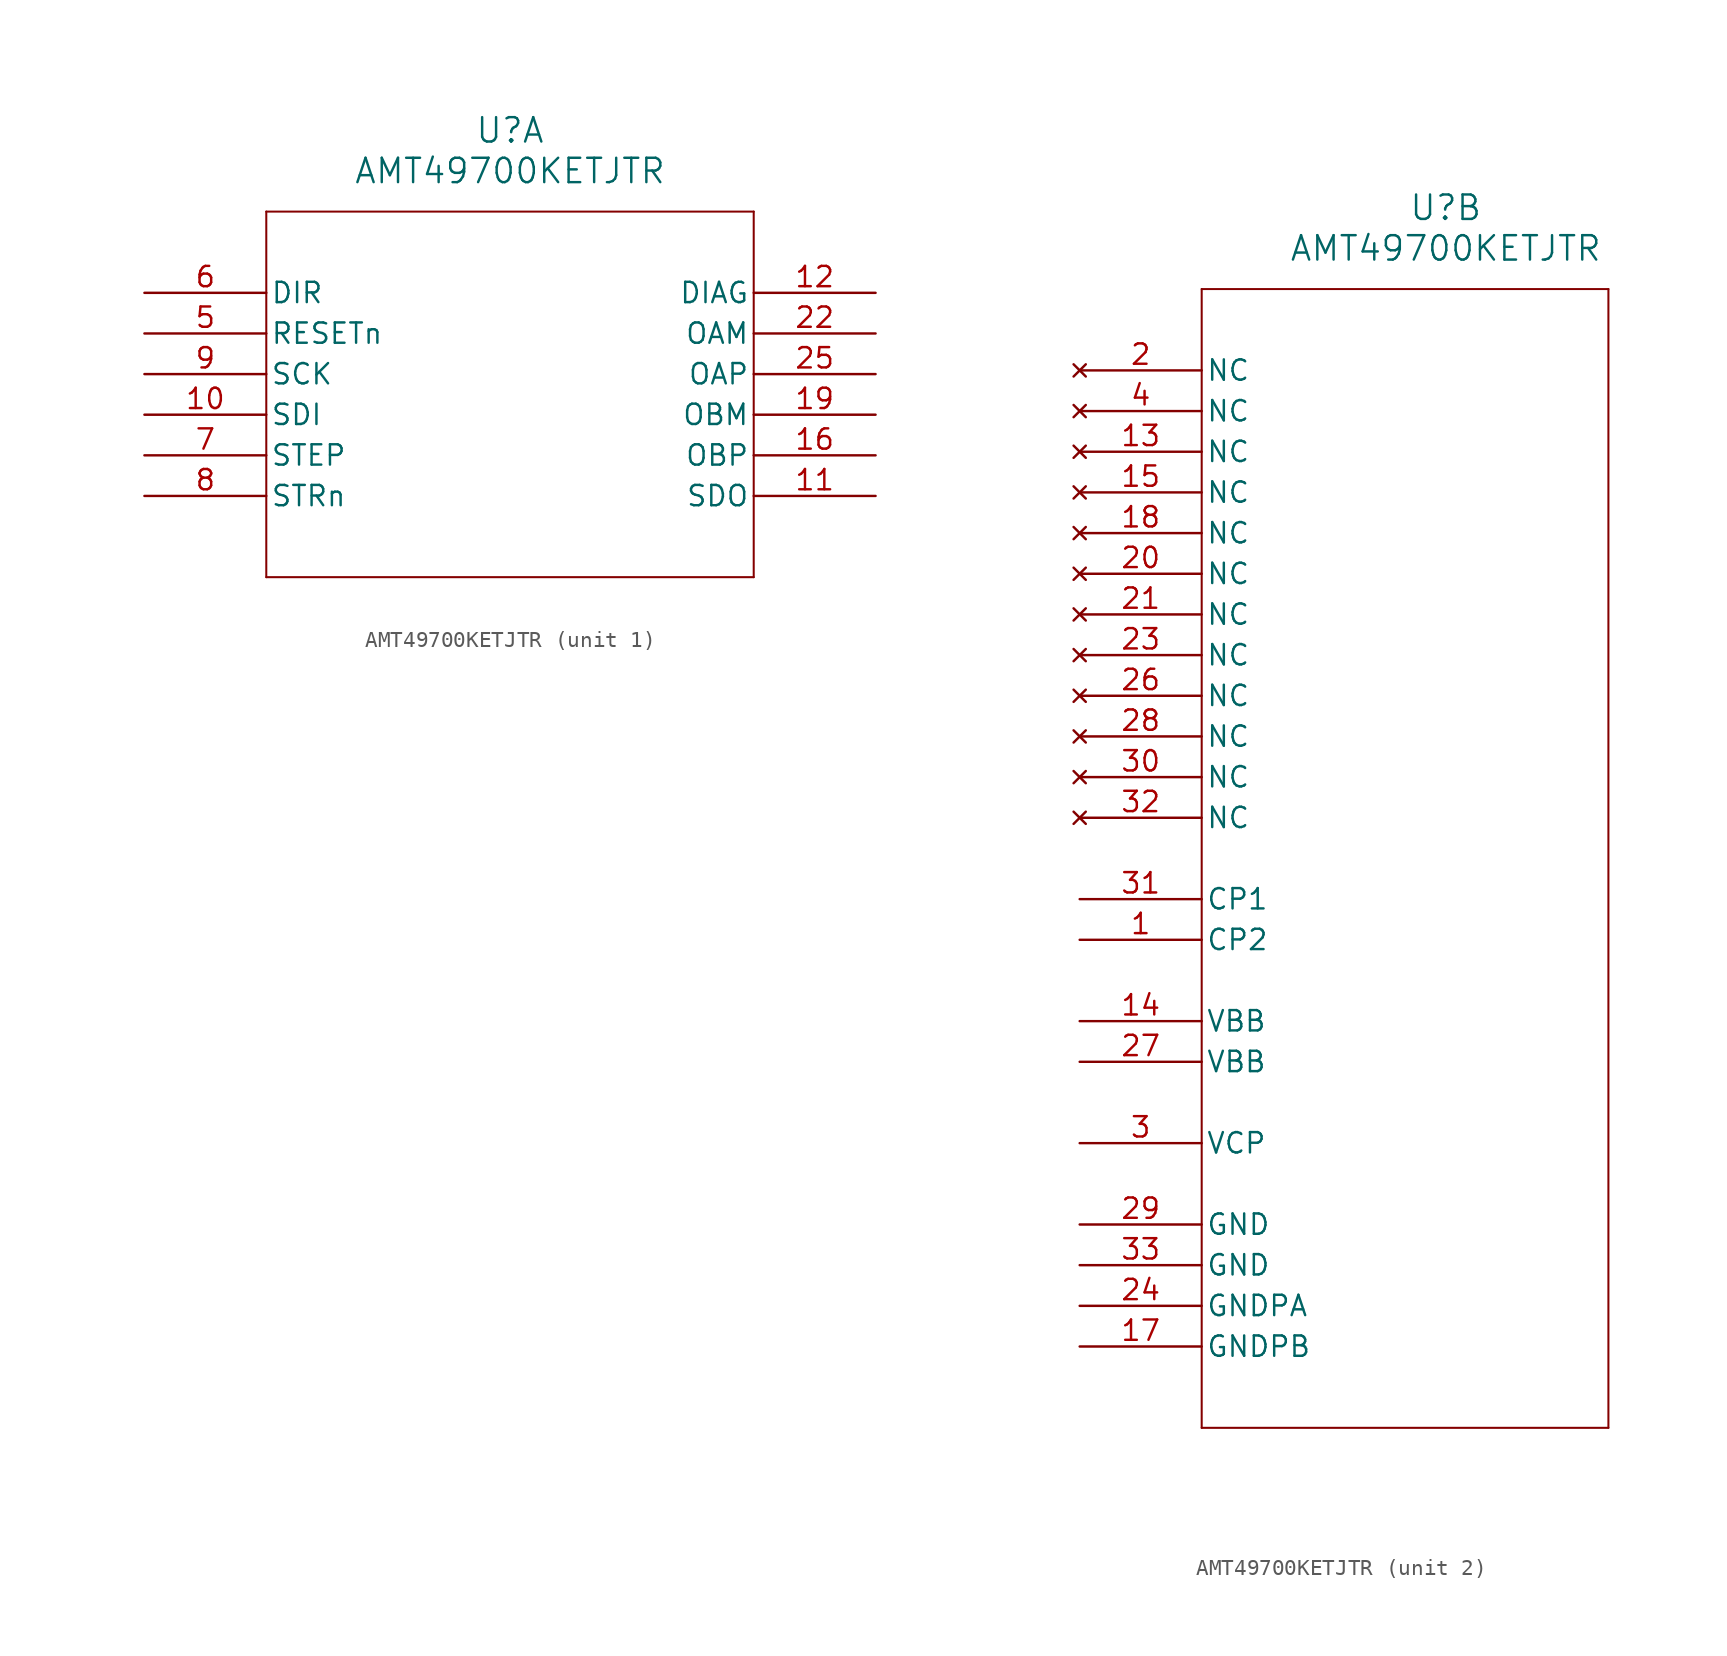
<source format=kicad_sym>
(kicad_symbol_lib
  (version 20211014)
  (generator kicad_symbol_editor)
  (symbol "AMT49700KETJTR"
    (pin_names
      (offset 0.254))
    (property "Reference" "U"
      (at 22.86 10.16 0)
      (effects (font (size 1.524 1.524))))
    (property "Value" "AMT49700KETJTR"
      (at 22.86 7.62 0)
      (effects (font (size 1.524 1.524))))
    (symbol "AMT49700KETJTR_1_1"
      (polyline (pts (xy 7.62 5.08) (xy 7.62 -17.78)) (stroke (width 0.127) (type default) (color 0 0 0 0)) (fill (type none)))
      (polyline (pts (xy 7.62 -17.78) (xy 38.1 -17.78)) (stroke (width 0.127) (type default) (color 0 0 0 0)) (fill (type none)))
      (polyline (pts (xy 38.1 -17.78) (xy 38.1 5.08)) (stroke (width 0.127) (type default) (color 0 0 0 0)) (fill (type none)))
      (polyline (pts (xy 38.1 5.08) (xy 7.62 5.08)) (stroke (width 0.127) (type default) (color 0 0 0 0)) (fill (type none)))
      (pin input line (at 0 -2.54 0) (length 7.62) (name "RESETn" (effects (font (size 1.27 1.27)))) (number "5" (effects (font (size 1.27 1.27)))))
      (pin input line (at 0 0 0) (length 7.62) (name "DIR" (effects (font (size 1.27 1.27)))) (number "6" (effects (font (size 1.27 1.27)))))
      (pin input line (at 0 -10.16 0) (length 7.62) (name "STEP" (effects (font (size 1.27 1.27)))) (number "7" (effects (font (size 1.27 1.27)))))
      (pin input line (at 0 -12.7 0) (length 7.62) (name "STRn" (effects (font (size 1.27 1.27)))) (number "8" (effects (font (size 1.27 1.27)))))
      (pin input line (at 0 -5.08 0) (length 7.62) (name "SCK" (effects (font (size 1.27 1.27)))) (number "9" (effects (font (size 1.27 1.27)))))
      (pin input line (at 0 -7.62 0) (length 7.62) (name "SDI" (effects (font (size 1.27 1.27)))) (number "10" (effects (font (size 1.27 1.27)))))
      (pin output line (at 45.72 -12.7 180) (length 7.62) (name "SDO" (effects (font (size 1.27 1.27)))) (number "11" (effects (font (size 1.27 1.27)))))
      (pin output line (at 45.72 0 180) (length 7.62) (name "DIAG" (effects (font (size 1.27 1.27)))) (number "12" (effects (font (size 1.27 1.27)))))
      (pin output line (at 45.72 -10.16 180) (length 7.62) (name "OBP" (effects (font (size 1.27 1.27)))) (number "16" (effects (font (size 1.27 1.27)))))
      (pin output line (at 45.72 -7.62 180) (length 7.62) (name "OBM" (effects (font (size 1.27 1.27)))) (number "19" (effects (font (size 1.27 1.27)))))
      (pin output line (at 45.72 -2.54 180) (length 7.62) (name "OAM" (effects (font (size 1.27 1.27)))) (number "22" (effects (font (size 1.27 1.27)))))
      (pin output line (at 45.72 -5.08 180) (length 7.62) (name "OAP" (effects (font (size 1.27 1.27)))) (number "25" (effects (font (size 1.27 1.27))))))
    (symbol "AMT49700KETJTR_2_1"
      (polyline (pts (xy 7.62 5.08) (xy 7.62 -66.04)) (stroke (width 0.127) (type default) (color 0 0 0 0)) (fill (type none)))
      (polyline (pts (xy 7.62 -66.04) (xy 33.02 -66.04)) (stroke (width 0.127) (type default) (color 0 0 0 0)) (fill (type none)))
      (polyline (pts (xy 33.02 -66.04) (xy 33.02 5.08)) (stroke (width 0.127) (type default) (color 0 0 0 0)) (fill (type none)))
      (polyline (pts (xy 33.02 5.08) (xy 7.62 5.08)) (stroke (width 0.127) (type default) (color 0 0 0 0)) (fill (type none)))
      (pin power_in line (at 0 -35.56 0) (length 7.62) (name "CP2" (effects (font (size 1.27 1.27)))) (number "1" (effects (font (size 1.27 1.27)))))
      (pin no_connect line (at 0 0 0) (length 7.62) (name "NC" (effects (font (size 1.27 1.27)))) (number "2" (effects (font (size 1.27 1.27)))))
      (pin power_in line (at 0 -48.26 0) (length 7.62) (name "VCP" (effects (font (size 1.27 1.27)))) (number "3" (effects (font (size 1.27 1.27)))))
      (pin no_connect line (at 0 -2.54 0) (length 7.62) (name "NC" (effects (font (size 1.27 1.27)))) (number "4" (effects (font (size 1.27 1.27)))))
      (pin no_connect line (at 0 -5.08 0) (length 7.62) (name "NC" (effects (font (size 1.27 1.27)))) (number "13" (effects (font (size 1.27 1.27)))))
      (pin power_in line (at 0 -40.64 0) (length 7.62) (name "VBB" (effects (font (size 1.27 1.27)))) (number "14" (effects (font (size 1.27 1.27)))))
      (pin no_connect line (at 0 -7.62 0) (length 7.62) (name "NC" (effects (font (size 1.27 1.27)))) (number "15" (effects (font (size 1.27 1.27)))))
      (pin power_out line (at 0 -60.96 0) (length 7.62) (name "GNDPB" (effects (font (size 1.27 1.27)))) (number "17" (effects (font (size 1.27 1.27)))))
      (pin no_connect line (at 0 -10.16 0) (length 7.62) (name "NC" (effects (font (size 1.27 1.27)))) (number "18" (effects (font (size 1.27 1.27)))))
      (pin no_connect line (at 0 -12.7 0) (length 7.62) (name "NC" (effects (font (size 1.27 1.27)))) (number "20" (effects (font (size 1.27 1.27)))))
      (pin no_connect line (at 0 -15.24 0) (length 7.62) (name "NC" (effects (font (size 1.27 1.27)))) (number "21" (effects (font (size 1.27 1.27)))))
      (pin no_connect line (at 0 -17.78 0) (length 7.62) (name "NC" (effects (font (size 1.27 1.27)))) (number "23" (effects (font (size 1.27 1.27)))))
      (pin power_out line (at 0 -58.42 0) (length 7.62) (name "GNDPA" (effects (font (size 1.27 1.27)))) (number "24" (effects (font (size 1.27 1.27)))))
      (pin no_connect line (at 0 -20.32 0) (length 7.62) (name "NC" (effects (font (size 1.27 1.27)))) (number "26" (effects (font (size 1.27 1.27)))))
      (pin power_in line (at 0 -43.18 0) (length 7.62) (name "VBB" (effects (font (size 1.27 1.27)))) (number "27" (effects (font (size 1.27 1.27)))))
      (pin no_connect line (at 0 -22.86 0) (length 7.62) (name "NC" (effects (font (size 1.27 1.27)))) (number "28" (effects (font (size 1.27 1.27)))))
      (pin power_out line (at 0 -53.34 0) (length 7.62) (name "GND" (effects (font (size 1.27 1.27)))) (number "29" (effects (font (size 1.27 1.27)))))
      (pin no_connect line (at 0 -25.4 0) (length 7.62) (name "NC" (effects (font (size 1.27 1.27)))) (number "30" (effects (font (size 1.27 1.27)))))
      (pin power_in line (at 0 -33.02 0) (length 7.62) (name "CP1" (effects (font (size 1.27 1.27)))) (number "31" (effects (font (size 1.27 1.27)))))
      (pin no_connect line (at 0 -27.94 0) (length 7.62) (name "NC" (effects (font (size 1.27 1.27)))) (number "32" (effects (font (size 1.27 1.27)))))
      (pin power_out line (at 0 -55.88 0) (length 7.62) (name "GND" (effects (font (size 1.27 1.27)))) (number "33" (effects (font (size 1.27 1.27))))))))
</source>
